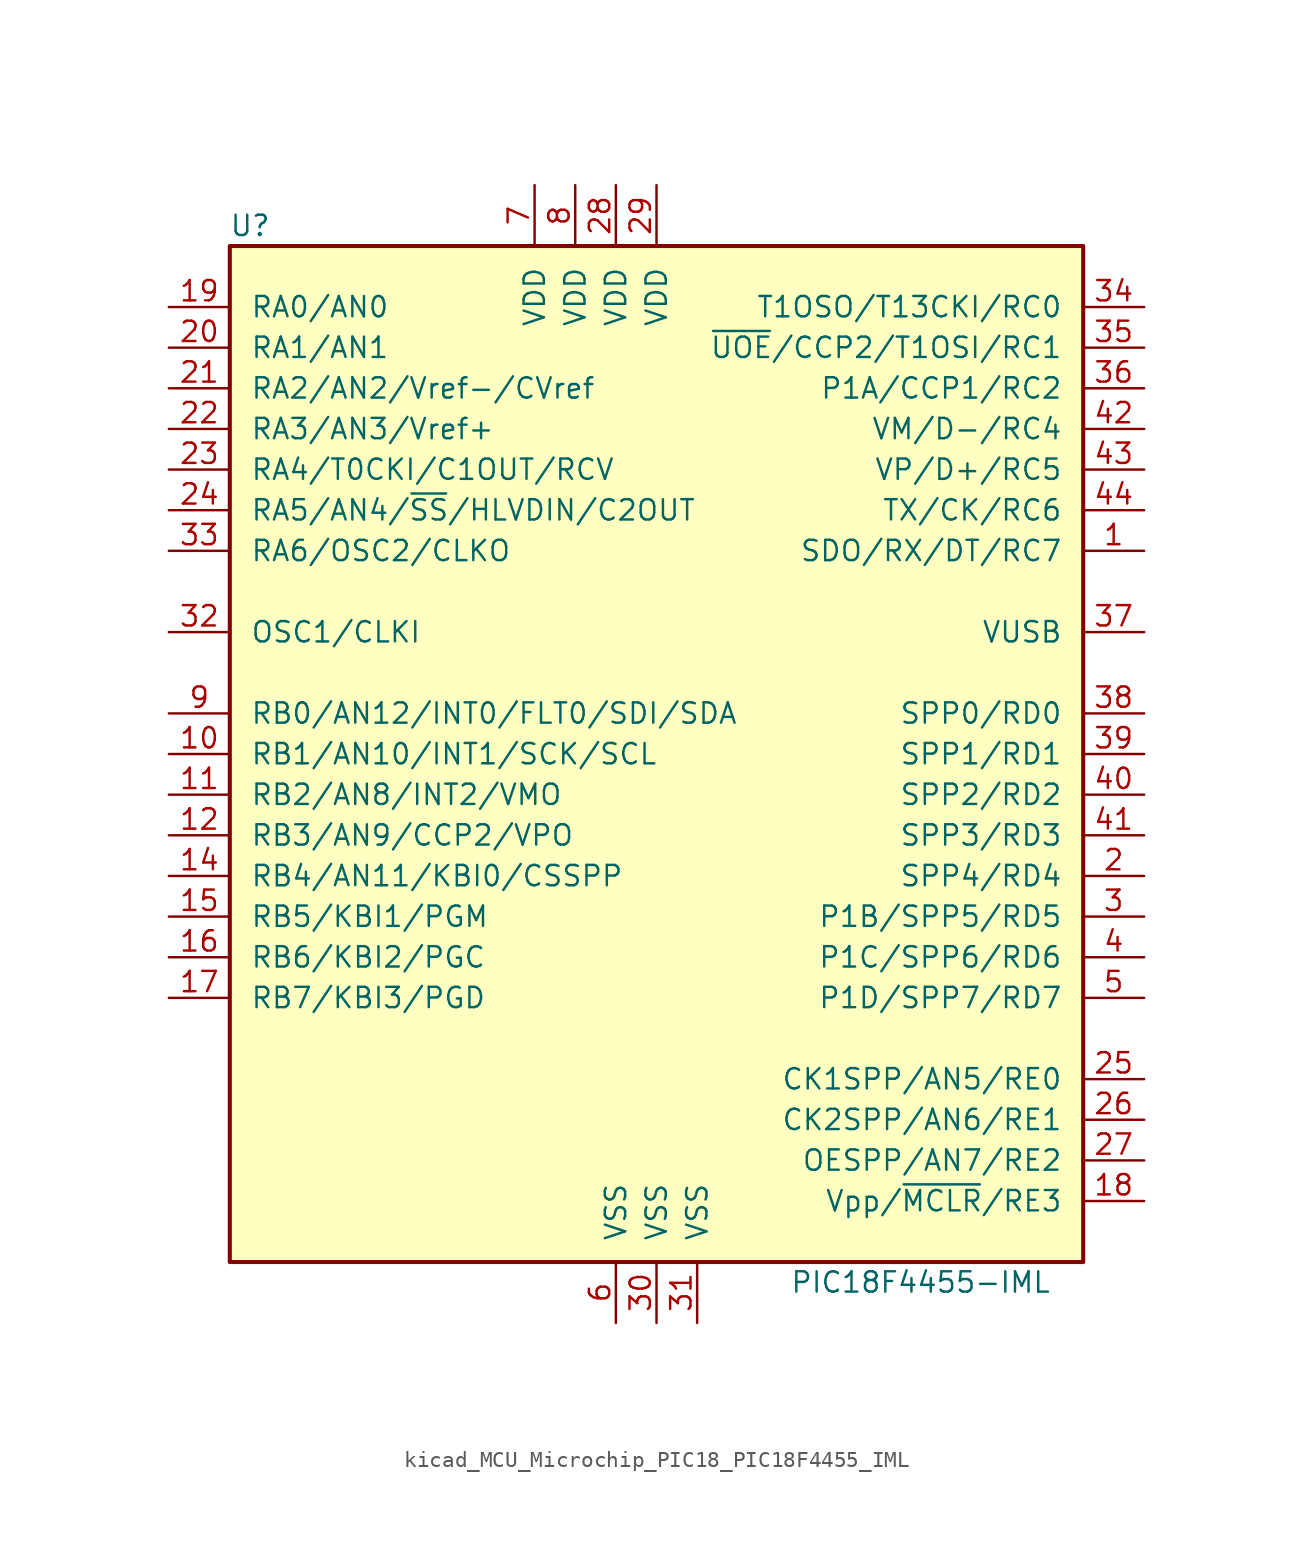
<source format=kicad_sym>
(kicad_symbol_lib
  (version 20220914)
  (generator kicad_symbol_editor)
  (symbol "kicad_MCU_Microchip_PIC18_PIC18F4455_IML"
    (pin_names
      (offset 1.27))
    (property "Reference" "U"
      (at -25.4 33.02 0)
      (effects (font (size 1.27 1.27))))
    (property "Value" "PIC18F4455-IML"
      (at 16.51 -33.02 0)
      (effects (font (size 1.27 1.27))))
    (symbol "kicad_MCU_Microchip_PIC18_PIC18F4455_IML_0_1"
      (rectangle (start -26.67 31.75) (end 26.67 -31.75) (stroke (width 0.254) (type default)) (fill (type background))))
    (symbol "kicad_MCU_Microchip_PIC18_PIC18F4455_IML_1_1"
      (pin bidirectional line (at 30.48 12.7 180) (length 3.81) (name "SDO/RX/DT/RC7" (effects (font (size 1.27 1.27)))) (number "1" (effects (font (size 1.27 1.27)))))
      (pin bidirectional line (at -30.48 0 0) (length 3.81) (name "RB1/AN10/INT1/SCK/SCL" (effects (font (size 1.27 1.27)))) (number "10" (effects (font (size 1.27 1.27)))))
      (pin bidirectional line (at -30.48 -2.54 0) (length 3.81) (name "RB2/AN8/INT2/VMO" (effects (font (size 1.27 1.27)))) (number "11" (effects (font (size 1.27 1.27)))))
      (pin bidirectional line (at -30.48 -5.08 0) (length 3.81) (name "RB3/AN9/CCP2/VPO" (effects (font (size 1.27 1.27)))) (number "12" (effects (font (size 1.27 1.27)))))
      (pin no_connect line (at -7.62 -31.75 90) (length 3.81) hide (name "NC" (effects (font (size 1.27 1.27)))) (number "13" (effects (font (size 1.27 1.27)))))
      (pin bidirectional line (at -30.48 -7.62 0) (length 3.81) (name "RB4/AN11/KBI0/CSSPP" (effects (font (size 1.27 1.27)))) (number "14" (effects (font (size 1.27 1.27)))))
      (pin bidirectional line (at -30.48 -10.16 0) (length 3.81) (name "RB5/KBI1/PGM" (effects (font (size 1.27 1.27)))) (number "15" (effects (font (size 1.27 1.27)))))
      (pin bidirectional line (at -30.48 -12.7 0) (length 3.81) (name "RB6/KBI2/PGC" (effects (font (size 1.27 1.27)))) (number "16" (effects (font (size 1.27 1.27)))))
      (pin bidirectional line (at -30.48 -15.24 0) (length 3.81) (name "RB7/KBI3/PGD" (effects (font (size 1.27 1.27)))) (number "17" (effects (font (size 1.27 1.27)))))
      (pin input line (at 30.48 -27.94 180) (length 3.81) (name "Vpp/~{MCLR}/RE3" (effects (font (size 1.27 1.27)))) (number "18" (effects (font (size 1.27 1.27)))))
      (pin bidirectional line (at -30.48 27.94 0) (length 3.81) (name "RA0/AN0" (effects (font (size 1.27 1.27)))) (number "19" (effects (font (size 1.27 1.27)))))
      (pin bidirectional line (at 30.48 -7.62 180) (length 3.81) (name "SPP4/RD4" (effects (font (size 1.27 1.27)))) (number "2" (effects (font (size 1.27 1.27)))))
      (pin bidirectional line (at -30.48 25.4 0) (length 3.81) (name "RA1/AN1" (effects (font (size 1.27 1.27)))) (number "20" (effects (font (size 1.27 1.27)))))
      (pin bidirectional line (at -30.48 22.86 0) (length 3.81) (name "RA2/AN2/Vref-/CVref" (effects (font (size 1.27 1.27)))) (number "21" (effects (font (size 1.27 1.27)))))
      (pin bidirectional line (at -30.48 20.32 0) (length 3.81) (name "RA3/AN3/Vref+" (effects (font (size 1.27 1.27)))) (number "22" (effects (font (size 1.27 1.27)))))
      (pin bidirectional line (at -30.48 17.78 0) (length 3.81) (name "RA4/T0CKI/C1OUT/RCV" (effects (font (size 1.27 1.27)))) (number "23" (effects (font (size 1.27 1.27)))))
      (pin bidirectional line (at -30.48 15.24 0) (length 3.81) (name "RA5/AN4/~{SS}/HLVDIN/C2OUT" (effects (font (size 1.27 1.27)))) (number "24" (effects (font (size 1.27 1.27)))))
      (pin bidirectional line (at 30.48 -20.32 180) (length 3.81) (name "CK1SPP/AN5/RE0" (effects (font (size 1.27 1.27)))) (number "25" (effects (font (size 1.27 1.27)))))
      (pin bidirectional line (at 30.48 -22.86 180) (length 3.81) (name "CK2SPP/AN6/RE1" (effects (font (size 1.27 1.27)))) (number "26" (effects (font (size 1.27 1.27)))))
      (pin bidirectional line (at 30.48 -25.4 180) (length 3.81) (name "OESPP/AN7/RE2" (effects (font (size 1.27 1.27)))) (number "27" (effects (font (size 1.27 1.27)))))
      (pin power_in line (at -2.54 35.56 270) (length 3.81) (name "VDD" (effects (font (size 1.27 1.27)))) (number "28" (effects (font (size 1.27 1.27)))))
      (pin power_in line (at 0 35.56 270) (length 3.81) (name "VDD" (effects (font (size 1.27 1.27)))) (number "29" (effects (font (size 1.27 1.27)))))
      (pin bidirectional line (at 30.48 -10.16 180) (length 3.81) (name "P1B/SPP5/RD5" (effects (font (size 1.27 1.27)))) (number "3" (effects (font (size 1.27 1.27)))))
      (pin power_in line (at 0 -35.56 90) (length 3.81) (name "VSS" (effects (font (size 1.27 1.27)))) (number "30" (effects (font (size 1.27 1.27)))))
      (pin power_in line (at 2.54 -35.56 90) (length 3.81) (name "VSS" (effects (font (size 1.27 1.27)))) (number "31" (effects (font (size 1.27 1.27)))))
      (pin input line (at -30.48 7.62 0) (length 3.81) (name "OSC1/CLKI" (effects (font (size 1.27 1.27)))) (number "32" (effects (font (size 1.27 1.27)))))
      (pin output line (at -30.48 12.7 0) (length 3.81) (name "RA6/OSC2/CLKO" (effects (font (size 1.27 1.27)))) (number "33" (effects (font (size 1.27 1.27)))))
      (pin bidirectional line (at 30.48 27.94 180) (length 3.81) (name "T1OSO/T13CKI/RC0" (effects (font (size 1.27 1.27)))) (number "34" (effects (font (size 1.27 1.27)))))
      (pin bidirectional line (at 30.48 25.4 180) (length 3.81) (name "~{UOE}/CCP2/T1OSI/RC1" (effects (font (size 1.27 1.27)))) (number "35" (effects (font (size 1.27 1.27)))))
      (pin bidirectional line (at 30.48 22.86 180) (length 3.81) (name "P1A/CCP1/RC2" (effects (font (size 1.27 1.27)))) (number "36" (effects (font (size 1.27 1.27)))))
      (pin bidirectional line (at 30.48 7.62 180) (length 3.81) (name "VUSB" (effects (font (size 1.27 1.27)))) (number "37" (effects (font (size 1.27 1.27)))))
      (pin bidirectional line (at 30.48 2.54 180) (length 3.81) (name "SPP0/RD0" (effects (font (size 1.27 1.27)))) (number "38" (effects (font (size 1.27 1.27)))))
      (pin bidirectional line (at 30.48 0 180) (length 3.81) (name "SPP1/RD1" (effects (font (size 1.27 1.27)))) (number "39" (effects (font (size 1.27 1.27)))))
      (pin bidirectional line (at 30.48 -12.7 180) (length 3.81) (name "P1C/SPP6/RD6" (effects (font (size 1.27 1.27)))) (number "4" (effects (font (size 1.27 1.27)))))
      (pin bidirectional line (at 30.48 -2.54 180) (length 3.81) (name "SPP2/RD2" (effects (font (size 1.27 1.27)))) (number "40" (effects (font (size 1.27 1.27)))))
      (pin bidirectional line (at 30.48 -5.08 180) (length 3.81) (name "SPP3/RD3" (effects (font (size 1.27 1.27)))) (number "41" (effects (font (size 1.27 1.27)))))
      (pin bidirectional line (at 30.48 20.32 180) (length 3.81) (name "VM/D-/RC4" (effects (font (size 1.27 1.27)))) (number "42" (effects (font (size 1.27 1.27)))))
      (pin bidirectional line (at 30.48 17.78 180) (length 3.81) (name "VP/D+/RC5" (effects (font (size 1.27 1.27)))) (number "43" (effects (font (size 1.27 1.27)))))
      (pin bidirectional line (at 30.48 15.24 180) (length 3.81) (name "TX/CK/RC6" (effects (font (size 1.27 1.27)))) (number "44" (effects (font (size 1.27 1.27)))))
      (pin bidirectional line (at 30.48 -15.24 180) (length 3.81) (name "P1D/SPP7/RD7" (effects (font (size 1.27 1.27)))) (number "5" (effects (font (size 1.27 1.27)))))
      (pin power_in line (at -2.54 -35.56 90) (length 3.81) (name "VSS" (effects (font (size 1.27 1.27)))) (number "6" (effects (font (size 1.27 1.27)))))
      (pin power_in line (at -7.62 35.56 270) (length 3.81) (name "VDD" (effects (font (size 1.27 1.27)))) (number "7" (effects (font (size 1.27 1.27)))))
      (pin power_in line (at -5.08 35.56 270) (length 3.81) (name "VDD" (effects (font (size 1.27 1.27)))) (number "8" (effects (font (size 1.27 1.27)))))
      (pin bidirectional line (at -30.48 2.54 0) (length 3.81) (name "RB0/AN12/INT0/FLT0/SDI/SDA" (effects (font (size 1.27 1.27)))) (number "9" (effects (font (size 1.27 1.27))))))))
</source>
